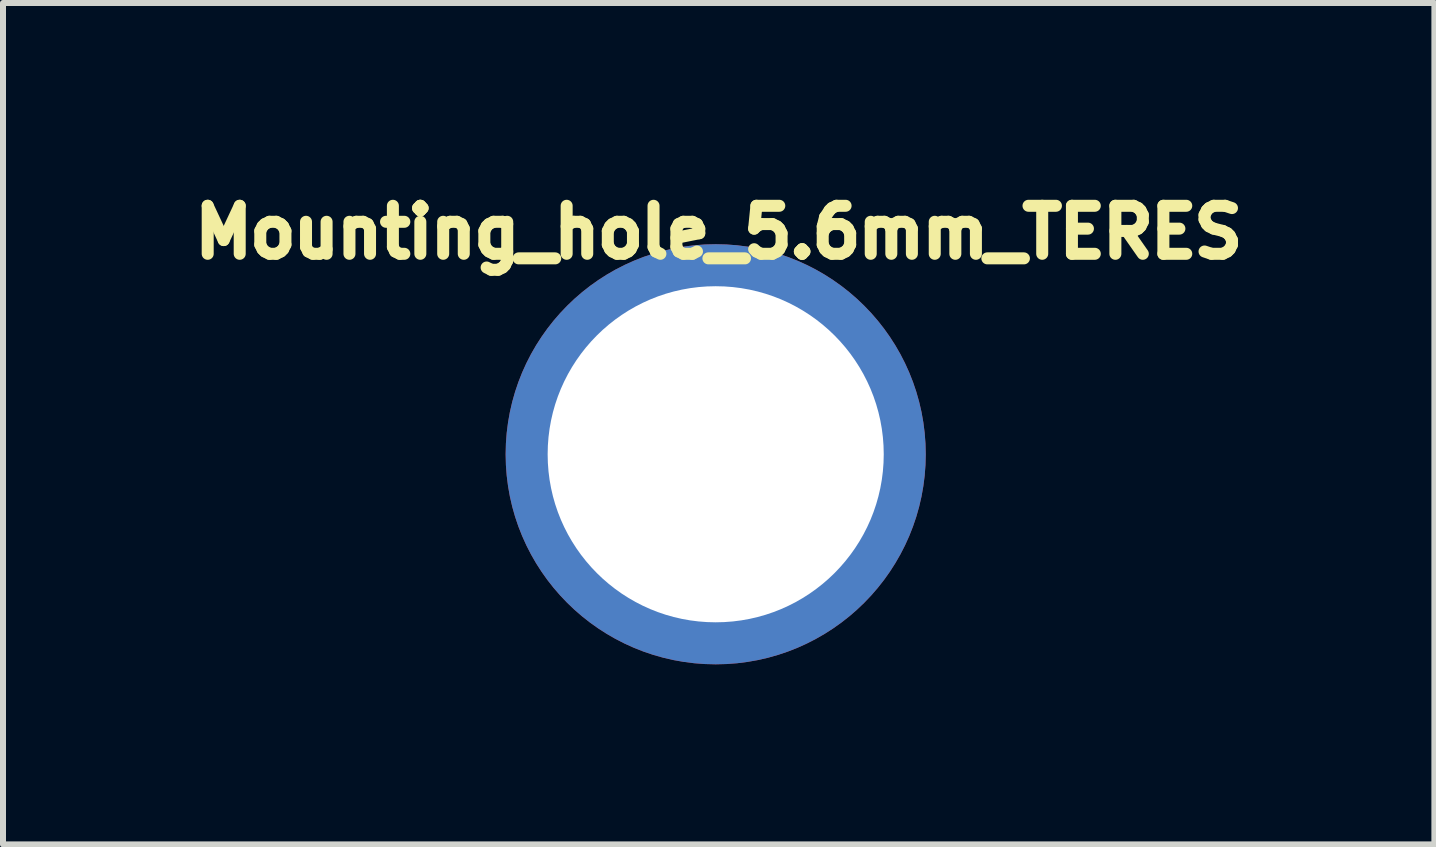
<source format=kicad_pcb>
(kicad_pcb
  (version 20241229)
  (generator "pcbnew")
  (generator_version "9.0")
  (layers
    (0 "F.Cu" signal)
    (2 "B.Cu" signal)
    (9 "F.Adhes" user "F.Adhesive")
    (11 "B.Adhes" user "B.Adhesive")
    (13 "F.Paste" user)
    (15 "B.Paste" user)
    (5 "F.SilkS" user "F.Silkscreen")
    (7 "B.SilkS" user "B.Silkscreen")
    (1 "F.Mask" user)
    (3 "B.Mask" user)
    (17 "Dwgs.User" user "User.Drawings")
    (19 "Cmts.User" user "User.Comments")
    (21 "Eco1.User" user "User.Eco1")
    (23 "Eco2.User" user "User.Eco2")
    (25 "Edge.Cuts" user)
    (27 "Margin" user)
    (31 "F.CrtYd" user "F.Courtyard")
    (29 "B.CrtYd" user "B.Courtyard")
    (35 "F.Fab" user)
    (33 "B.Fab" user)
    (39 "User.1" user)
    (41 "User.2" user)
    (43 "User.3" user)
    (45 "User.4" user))
  (footprint "Mounting_hole_5.6mm_TERES"
    (layer "F.Cu")
    (at 8.875 4.519)
    (property "Reference" "Mounting_hole_5.6mm_TERES" (at 0.05 -3.7 0) (layer "F.SilkS") (effects (font (size 0.8 0.8) (thickness 0.2))))
    (attr through_hole)
    (pad "" thru_hole circle (at 0 0) (size 7 7) (drill 5.6) (layers "*.Cu" "*.Mask")))
  (gr_rect
    (start -3 -3)
    (end 20.85 11.019)
    (stroke (width 0.1) (type default))
    (fill no)
    (layer "Edge.Cuts")))
</source>
